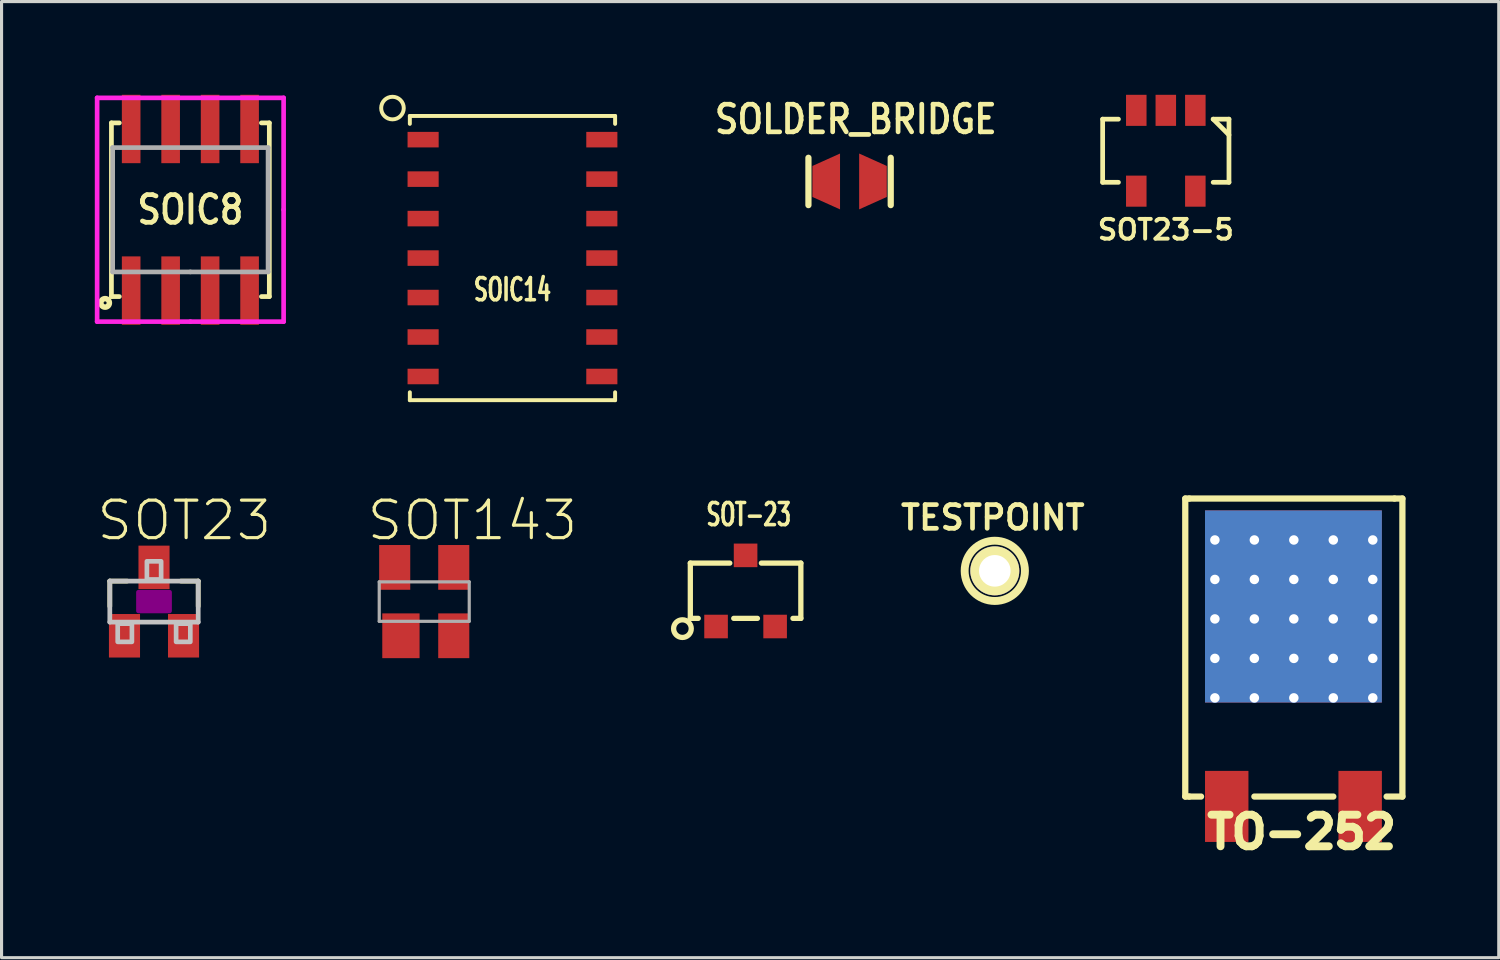
<source format=kicad_pcb>
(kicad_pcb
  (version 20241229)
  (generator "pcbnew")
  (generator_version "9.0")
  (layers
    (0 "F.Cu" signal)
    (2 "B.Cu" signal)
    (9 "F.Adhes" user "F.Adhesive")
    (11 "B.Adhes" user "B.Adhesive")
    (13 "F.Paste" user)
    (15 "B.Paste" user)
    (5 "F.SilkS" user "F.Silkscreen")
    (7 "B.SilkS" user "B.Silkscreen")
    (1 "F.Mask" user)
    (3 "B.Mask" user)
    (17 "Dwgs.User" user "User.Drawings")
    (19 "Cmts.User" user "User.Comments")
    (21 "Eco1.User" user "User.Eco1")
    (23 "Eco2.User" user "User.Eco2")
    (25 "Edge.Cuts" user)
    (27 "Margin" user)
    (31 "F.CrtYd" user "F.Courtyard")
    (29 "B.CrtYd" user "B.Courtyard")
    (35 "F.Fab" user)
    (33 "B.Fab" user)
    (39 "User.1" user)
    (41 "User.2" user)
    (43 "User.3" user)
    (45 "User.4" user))
  (footprint "SOLDER_BRIDGE"
    (layer "F.Cu")
    (at 24.284 2.788)
    (property "Reference" "SOLDER_BRIDGE" (at 0.2 -2 0) (layer "F.SilkS") (effects (font (size 0.889 0.762) (thickness 0.152))))
    (attr smd)
    (fp_line (start -1.324 0.762) (end -1.324 -0.762) (stroke (width 0.2) (type solid)) (layer "F.SilkS"))
    (fp_line (start 1.324 -0.762) (end 1.324 0.762) (stroke (width 0.2) (type solid)) (layer "F.SilkS"))
    (pad "1" smd trapezoid (at -0.752 0 180) (size 0.889 1.397) (rect_delta 0.4 0) (layers "F.Cu" "F.Mask"))
    (pad "2" smd trapezoid (at 0.752 0) (size 0.889 1.397) (rect_delta 0.4 0) (layers "F.Cu" "F.Mask")))
  (footprint "SOIC8"
    (layer "F.Cu")
    (at 3.075 3.698)
    (property "Reference" "SOIC8" (at 0 0 0) (layer "F.SilkS") (effects (font (size 0.889 0.762) (thickness 0.152))))
    (attr through_hole)
    (fp_line (start -2.54 -2.794) (end -2.54 2.794) (stroke (width 0.152) (type solid)) (layer "F.SilkS"))
    (fp_line (start -2.54 2.794) (end -2.286 2.794) (stroke (width 0.152) (type solid)) (layer "F.SilkS"))
    (fp_line (start -2.286 -2.794) (end -2.54 -2.794) (stroke (width 0.152) (type solid)) (layer "F.SilkS"))
    (fp_line (start 2.54 -2.794) (end 2.286 -2.794) (stroke (width 0.152) (type solid)) (layer "F.SilkS"))
    (fp_line (start 2.54 2.794) (end 2.286 2.794) (stroke (width 0.152) (type solid)) (layer "F.SilkS"))
    (fp_line (start 2.54 2.794) (end 2.54 -2.794) (stroke (width 0.152) (type solid)) (layer "F.SilkS"))
    (fp_circle (center -2.743 2.997) (end -2.616 2.946) (stroke (width 0.178) (type solid)) (fill no) (layer "F.SilkS"))
    (fp_line (start -3 -3.6) (end 3 -3.6) (stroke (width 0.15) (type solid)) (layer "F.CrtYd"))
    (fp_line (start -3 3.6) (end -3 -3.6) (stroke (width 0.15) (type solid)) (layer "F.CrtYd"))
    (fp_line (start 0 3.6) (end -3 3.6) (stroke (width 0.15) (type solid)) (layer "F.CrtYd"))
    (fp_line (start 3 -3.6) (end 3 0) (stroke (width 0.15) (type solid)) (layer "F.CrtYd"))
    (fp_line (start 3 0) (end 3 3.6) (stroke (width 0.15) (type solid)) (layer "F.CrtYd"))
    (fp_line (start 3 3.6) (end 0 3.6) (stroke (width 0.15) (type solid)) (layer "F.CrtYd"))
    (fp_line (start -2.5 -2) (end 2.5 -2) (stroke (width 0.15) (type solid)) (layer "F.Fab"))
    (fp_line (start -2.5 2) (end -2.5 -2) (stroke (width 0.15) (type solid)) (layer "F.Fab"))
    (fp_line (start 0 2) (end -2.5 2) (stroke (width 0.15) (type solid)) (layer "F.Fab"))
    (fp_line (start 2.5 -2) (end 2.5 2) (stroke (width 0.15) (type solid)) (layer "F.Fab"))
    (fp_line (start 2.5 2) (end 0 2) (stroke (width 0.15) (type solid)) (layer "F.Fab"))
    (pad "1" smd rect (at -1.905 2.601) (size 0.599 2.2) (layers "F.Cu" "F.Mask" "F.Paste"))
    (pad "2" smd rect (at -0.635 2.601) (size 0.599 2.2) (layers "F.Cu" "F.Mask" "F.Paste"))
    (pad "3" smd rect (at 0.635 2.601) (size 0.599 2.2) (layers "F.Cu" "F.Mask" "F.Paste"))
    (pad "4" smd rect (at 1.905 2.601) (size 0.599 2.2) (layers "F.Cu" "F.Mask" "F.Paste"))
    (pad "5" smd rect (at 1.905 -2.598) (size 0.599 2.2) (layers "F.Cu" "F.Mask" "F.Paste"))
    (pad "6" smd rect (at 0.635 -2.598) (size 0.599 2.2) (layers "F.Cu" "F.Mask" "F.Paste"))
    (pad "7" smd rect (at -0.635 -2.598) (size 0.599 2.2) (layers "F.Cu" "F.Mask" "F.Paste"))
    (pad "8" smd rect (at -1.905 -2.598) (size 0.599 2.2) (layers "F.Cu" "F.Mask" "F.Paste")))
  (footprint "SOIC14"
    (layer "F.Cu")
    (at 13.438 5.253)
    (property "Reference" "SOIC14" (at 0 1.016 0) (layer "F.SilkS") (effects (font (size 0.711 0.457) (thickness 0.127))))
    (attr through_hole)
    (fp_line (start -3.302 -4.572) (end -3.302 -4.318) (stroke (width 0.127) (type solid)) (layer "F.SilkS"))
    (fp_line (start -3.302 4.318) (end -3.302 4.572) (stroke (width 0.127) (type solid)) (layer "F.SilkS"))
    (fp_line (start -3.302 4.572) (end 3.302 4.572) (stroke (width 0.127) (type solid)) (layer "F.SilkS"))
    (fp_line (start 3.302 -4.572) (end -3.302 -4.572) (stroke (width 0.127) (type solid)) (layer "F.SilkS"))
    (fp_line (start 3.302 -4.318) (end 3.302 -4.572) (stroke (width 0.127) (type solid)) (layer "F.SilkS"))
    (fp_line (start 3.302 4.572) (end 3.302 4.318) (stroke (width 0.127) (type solid)) (layer "F.SilkS"))
    (fp_circle (center -3.861 -4.826) (end -3.531 -4.674) (stroke (width 0.127) (type solid)) (fill no) (layer "F.SilkS"))
    (pad "1" smd rect (at -2.875 -3.81) (size 1.001 0.5) (layers "F.Cu" "F.Mask" "F.Paste"))
    (pad "2" smd rect (at -2.875 -2.54) (size 1.001 0.5) (layers "F.Cu" "F.Mask" "F.Paste"))
    (pad "3" smd rect (at -2.875 -1.27) (size 1.001 0.5) (layers "F.Cu" "F.Mask" "F.Paste"))
    (pad "4" smd rect (at -2.875 0) (size 1.001 0.5) (layers "F.Cu" "F.Mask" "F.Paste"))
    (pad "5" smd rect (at -2.875 1.27) (size 1.001 0.5) (layers "F.Cu" "F.Mask" "F.Paste"))
    (pad "6" smd rect (at -2.875 2.54) (size 1.001 0.5) (layers "F.Cu" "F.Mask" "F.Paste"))
    (pad "7" smd rect (at -2.875 3.81) (size 1.001 0.5) (layers "F.Cu" "F.Mask" "F.Paste"))
    (pad "8" smd rect (at 2.875 3.81) (size 1.001 0.5) (layers "F.Cu" "F.Mask" "F.Paste"))
    (pad "9" smd rect (at 2.875 2.54) (size 1.001 0.5) (layers "F.Cu" "F.Mask" "F.Paste"))
    (pad "10" smd rect (at 2.875 1.27) (size 1.001 0.5) (layers "F.Cu" "F.Mask" "F.Paste"))
    (pad "11" smd rect (at 2.875 0) (size 1.001 0.5) (layers "F.Cu" "F.Mask" "F.Paste"))
    (pad "12" smd rect (at 2.875 -1.27) (size 1.001 0.5) (layers "F.Cu" "F.Mask" "F.Paste"))
    (pad "13" smd rect (at 2.875 -2.54) (size 1.001 0.5) (layers "F.Cu" "F.Mask" "F.Paste"))
    (pad "14" smd rect (at 2.875 -3.81) (size 1.001 0.5) (layers "F.Cu" "F.Mask" "F.Paste")))
  (footprint "SOT23"
    (layer "F.Cu")
    (at 1.905 16.305)
    (property "Reference" "SOT23" (at -1.905 -1.905 0) (layer "F.SilkS") (effects (font (size 1.206 1.206) (thickness 0.102)) (justify left bottom)))
    (attr through_hole)
    (fp_line (start -1.422 -0.66) (end -0.864 -0.66) (stroke (width 0.152) (type solid)) (layer "F.SilkS"))
    (fp_line (start -1.422 0.152) (end -1.422 -0.66) (stroke (width 0.152) (type solid)) (layer "F.SilkS"))
    (fp_line (start 0.864 -0.66) (end 1.422 -0.66) (stroke (width 0.152) (type solid)) (layer "F.SilkS"))
    (fp_line (start 1.422 -0.66) (end 1.422 0.152) (stroke (width 0.152) (type solid)) (layer "F.SilkS"))
    (fp_poly (pts (xy -0.5 0.3) (xy 0.5 0.3) (xy 0.5 -0.3) (xy -0.5 -0.3)) (stroke (width 0.15) (type solid)) (fill yes) (layer "F.Adhes"))
    (fp_line (start -1.422 -0.66) (end 1.422 -0.66) (stroke (width 0.152) (type solid)) (layer "Dwgs.User"))
    (fp_line (start -1.422 0.66) (end -1.422 -0.66) (stroke (width 0.152) (type solid)) (layer "Dwgs.User"))
    (fp_line (start 1.422 -0.66) (end 1.422 0.66) (stroke (width 0.152) (type solid)) (layer "Dwgs.User"))
    (fp_line (start 1.422 0.66) (end -1.422 0.66) (stroke (width 0.152) (type solid)) (layer "Dwgs.User"))
    (fp_poly (pts (xy -1.168 1.295) (xy -0.711 1.295) (xy -0.711 0.711) (xy -1.168 0.711)) (stroke (width 0.15) (type solid)) (fill no) (layer "Dwgs.User"))
    (fp_poly (pts (xy -0.229 -0.711) (xy 0.229 -0.711) (xy 0.229 -1.295) (xy -0.229 -1.295)) (stroke (width 0.15) (type solid)) (fill no) (layer "Dwgs.User"))
    (fp_poly (pts (xy 0.711 1.295) (xy 1.168 1.295) (xy 1.168 0.711) (xy 0.711 0.711)) (stroke (width 0.15) (type solid)) (fill no) (layer "Dwgs.User"))
    (pad "1" smd rect (at -0.95 1.1) (size 1 1.4) (layers "F.Cu" "F.Mask" "F.Paste"))
    (pad "2" smd rect (at 0.95 1.1) (size 1 1.4) (layers "F.Cu" "F.Mask" "F.Paste"))
    (pad "3" smd rect (at 0 -1.1) (size 1 1.4) (layers "F.Cu" "F.Mask" "F.Paste")))
  (footprint "SOT23-5"
    (layer "F.Cu")
    (at 34.458 1.8)
    (property "Reference" "SOT23-5" (at 0 2.54 0) (layer "F.SilkS") (effects (font (size 0.635 0.635) (thickness 0.127))))
    (attr smd)
    (fp_line (start -2.032 -1.016) (end -1.524 -1.016) (stroke (width 0.152) (type solid)) (layer "F.SilkS"))
    (fp_line (start -2.032 1.016) (end -2.032 -1.016) (stroke (width 0.152) (type solid)) (layer "F.SilkS"))
    (fp_line (start -1.524 1.016) (end -2.032 1.016) (stroke (width 0.152) (type solid)) (layer "F.SilkS"))
    (fp_line (start 1.524 1.016) (end 2.032 1.016) (stroke (width 0.152) (type solid)) (layer "F.SilkS"))
    (fp_line (start 2.032 -1.016) (end 1.524 -1.016) (stroke (width 0.152) (type solid)) (layer "F.SilkS"))
    (fp_line (start 2.032 -0.508) (end 1.524 -1.016) (stroke (width 0.152) (type solid)) (layer "F.SilkS"))
    (fp_line (start 2.032 1.016) (end 2.032 -1.016) (stroke (width 0.152) (type solid)) (layer "F.SilkS"))
    (pad "1" smd rect (at 0.95 -1.3 180) (size 0.66 1) (layers "F.Cu" "F.Mask" "F.Paste"))
    (pad "2" smd rect (at 0 -1.3 180) (size 0.66 1) (layers "F.Cu" "F.Mask" "F.Paste"))
    (pad "3" smd rect (at -0.95 -1.3 180) (size 0.66 1) (layers "F.Cu" "F.Mask" "F.Paste"))
    (pad "4" smd rect (at -0.95 1.3 180) (size 0.66 1) (layers "F.Cu" "F.Mask" "F.Paste"))
    (pad "5" smd rect (at 0.95 1.3 180) (size 0.66 1) (layers "F.Cu" "F.Mask" "F.Paste")))
  (footprint "SOT143"
    (layer "F.Cu")
    (at 10.599 16.305)
    (property "Reference" "SOT143" (at -1.905 -1.905 0) (layer "F.SilkS") (effects (font (size 1.206 1.206) (thickness 0.102)) (justify left bottom)))
    (attr through_hole)
    (fp_line (start -1.448 -0.635) (end 1.448 -0.635) (stroke (width 0.102) (type solid)) (layer "F.Fab"))
    (fp_line (start -1.448 0.635) (end -1.448 -0.635) (stroke (width 0.102) (type solid)) (layer "F.Fab"))
    (fp_line (start -1.448 0.635) (end 1.448 0.635) (stroke (width 0.102) (type solid)) (layer "F.Fab"))
    (fp_line (start 1.448 0.635) (end 1.448 -0.635) (stroke (width 0.102) (type solid)) (layer "F.Fab"))
    (pad "1" smd rect (at -0.75 1.1) (size 1.2 1.44) (layers "F.Cu" "F.Mask" "F.Paste"))
    (pad "2" smd rect (at 0.95 1.1) (size 1 1.44) (layers "F.Cu" "F.Mask" "F.Paste"))
    (pad "3" smd rect (at 0.95 -1.1) (size 1 1.44) (layers "F.Cu" "F.Mask" "F.Paste"))
    (pad "4" smd rect (at -0.95 -1.1) (size 1 1.44) (layers "F.Cu" "F.Mask" "F.Paste")))
  (footprint "TO-252"
    (layer "F.Cu")
    (at 38.577 16.863)
    (property "Reference" "TO-252" (at 0.254 6.858 0) (layer "F.SilkS") (effects (font (size 1.016 1.016) (thickness 0.305))))
    (attr through_hole)
    (fp_line (start -3.493 -3.873) (end -3.493 5.715) (stroke (width 0.201) (type solid)) (layer "F.SilkS"))
    (fp_line (start -3.365 -3.873) (end -3.493 -3.873) (stroke (width 0.201) (type solid)) (layer "F.SilkS"))
    (fp_line (start -3.365 5.715) (end -3.493 5.715) (stroke (width 0.201) (type solid)) (layer "F.SilkS"))
    (fp_line (start -3.365 5.715) (end -2.985 5.715) (stroke (width 0.201) (type solid)) (layer "F.SilkS"))
    (fp_line (start -1.27 5.715) (end 1.27 5.715) (stroke (width 0.201) (type solid)) (layer "F.SilkS"))
    (fp_line (start 2.985 5.715) (end 3.493 5.715) (stroke (width 0.201) (type solid)) (layer "F.SilkS"))
    (fp_line (start 3.239 -3.873) (end -3.365 -3.873) (stroke (width 0.201) (type solid)) (layer "F.SilkS"))
    (fp_line (start 3.493 -3.873) (end 3.239 -3.873) (stroke (width 0.201) (type solid)) (layer "F.SilkS"))
    (fp_line (start 3.493 5.715) (end 3.493 -3.873) (stroke (width 0.201) (type solid)) (layer "F.SilkS"))
    (pad "D" thru_hole circle (at -2.54 -2.54) (size 0.33 0.33) (drill 0.305) (layers "*.Cu"))
    (pad "D" thru_hole circle (at -2.54 -1.27) (size 0.33 0.33) (drill 0.305) (layers "*.Cu"))
    (pad "D" thru_hole circle (at -2.54 0) (size 0.33 0.33) (drill 0.305) (layers "*.Cu"))
    (pad "D" thru_hole circle (at -2.54 1.27) (size 0.33 0.33) (drill 0.305) (layers "*.Cu"))
    (pad "D" thru_hole circle (at -2.54 2.54) (size 0.33 0.33) (drill 0.305) (layers "*.Cu"))
    (pad "D" thru_hole circle (at -1.27 -2.54) (size 0.33 0.33) (drill 0.305) (layers "*.Cu"))
    (pad "D" thru_hole circle (at -1.27 -1.27) (size 0.33 0.33) (drill 0.305) (layers "*.Cu"))
    (pad "D" thru_hole circle (at -1.27 0) (size 0.33 0.33) (drill 0.305) (layers "*.Cu"))
    (pad "D" thru_hole circle (at -1.27 1.27) (size 0.33 0.33) (drill 0.305) (layers "*.Cu"))
    (pad "D" thru_hole circle (at -1.27 2.54) (size 0.33 0.33) (drill 0.305) (layers "*.Cu"))
    (pad "D" smd rect (at -0.013 -0.401) (size 5.69 6.18) (layers "*.Cu" "F.Mask" "F.Paste"))
    (pad "D" thru_hole circle (at 0 -2.54) (size 0.33 0.33) (drill 0.305) (layers "*.Cu"))
    (pad "D" thru_hole circle (at 0 -1.27) (size 0.33 0.33) (drill 0.305) (layers "*.Cu"))
    (pad "D" thru_hole circle (at 0 0) (size 0.33 0.33) (drill 0.305) (layers "*.Cu"))
    (pad "D" thru_hole circle (at 0 1.27) (size 0.33 0.33) (drill 0.305) (layers "*.Cu"))
    (pad "D" thru_hole circle (at 0 2.54) (size 0.33 0.33) (drill 0.305) (layers "*.Cu"))
    (pad "D" thru_hole circle (at 1.27 -2.54) (size 0.33 0.33) (drill 0.305) (layers "*.Cu"))
    (pad "D" thru_hole circle (at 1.27 -1.27) (size 0.33 0.33) (drill 0.305) (layers "*.Cu"))
    (pad "D" thru_hole circle (at 1.27 0) (size 0.33 0.33) (drill 0.305) (layers "*.Cu"))
    (pad "D" thru_hole circle (at 1.27 1.27) (size 0.33 0.33) (drill 0.305) (layers "*.Cu"))
    (pad "D" thru_hole circle (at 1.27 2.54) (size 0.33 0.33) (drill 0.305) (layers "*.Cu"))
    (pad "D" thru_hole circle (at 2.54 -2.54) (size 0.33 0.33) (drill 0.305) (layers "*.Cu"))
    (pad "D" thru_hole circle (at 2.54 -1.27) (size 0.33 0.33) (drill 0.305) (layers "*.Cu"))
    (pad "D" thru_hole circle (at 2.54 0) (size 0.33 0.33) (drill 0.305) (layers "*.Cu"))
    (pad "D" thru_hole circle (at 2.54 1.27) (size 0.33 0.33) (drill 0.305) (layers "*.Cu"))
    (pad "D" thru_hole circle (at 2.54 2.54) (size 0.33 0.33) (drill 0.305) (layers "*.Cu"))
    (pad "G" smd rect (at -2.159 6.032) (size 1.397 2.286) (layers "F.Cu" "F.Mask" "F.Paste"))
    (pad "S" smd rect (at 2.134 6.032) (size 1.397 2.286) (layers "F.Cu" "F.Mask" "F.Paste")))
  (footprint "SOT-23"
    (layer "F.Cu")
    (at 20.938 15.956)
    (property "Reference" "SOT-23" (at 0.102 -2.451 0) (layer "F.SilkS") (effects (font (size 0.711 0.457) (thickness 0.127))))
    (attr through_hole)
    (fp_line (start -1.778 -0.889) (end -0.508 -0.889) (stroke (width 0.17) (type solid)) (layer "F.SilkS"))
    (fp_line (start -1.778 0.889) (end -1.778 -0.889) (stroke (width 0.17) (type solid)) (layer "F.SilkS"))
    (fp_line (start -1.524 0.889) (end -1.778 0.889) (stroke (width 0.17) (type solid)) (layer "F.SilkS"))
    (fp_line (start 0.381 0.889) (end -0.381 0.889) (stroke (width 0.17) (type solid)) (layer "F.SilkS"))
    (fp_line (start 0.508 -0.889) (end 1.778 -0.889) (stroke (width 0.17) (type solid)) (layer "F.SilkS"))
    (fp_line (start 1.778 -0.889) (end 1.778 0.889) (stroke (width 0.17) (type solid)) (layer "F.SilkS"))
    (fp_line (start 1.778 0.889) (end 1.524 0.889) (stroke (width 0.17) (type solid)) (layer "F.SilkS"))
    (fp_circle (center -2.032 1.219) (end -1.905 1.473) (stroke (width 0.17) (type solid)) (fill no) (layer "F.SilkS"))
    (pad "1" smd rect (at -0.95 1.151) (size 0.759 0.759) (layers "F.Cu" "F.Mask" "F.Paste"))
    (pad "2" smd rect (at 0.95 1.151) (size 0.759 0.759) (layers "F.Cu" "F.Mask" "F.Paste"))
    (pad "3" smd rect (at 0 -1.138) (size 0.759 0.759) (layers "F.Cu" "F.Mask" "F.Paste")))
  (footprint "TESTPOINT"
    (layer "F.Cu")
    (at 28.956 15.316)
    (property "Reference" "TESTPOINT" (at -0.064 -1.714 0) (layer "F.SilkS") (effects (font (size 0.762 0.762) (thickness 0.152))))
    (attr through_hole)
    (fp_circle (center 0 0) (end 0.826 0.508) (stroke (width 0.254) (type solid)) (fill no) (layer "F.SilkS"))
    (pad "1" thru_hole circle (at 0 0) (size 1.575 1.575) (drill 1.016) (layers "*.Cu" "*.Mask" "F.SilkS")))
  (gr_rect
    (start -3 -3)
    (end 45.17 27.761)
    (stroke (width 0.1) (type default))
    (fill no)
    (layer "Edge.Cuts")))
</source>
